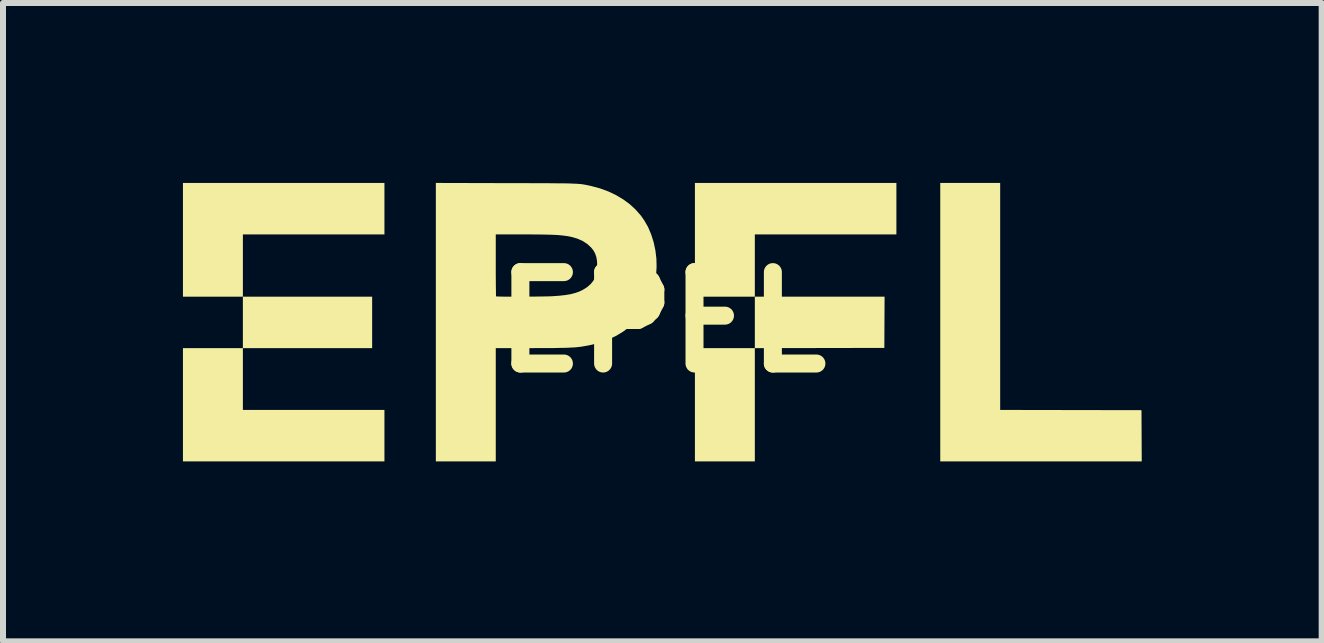
<source format=kicad_pcb>
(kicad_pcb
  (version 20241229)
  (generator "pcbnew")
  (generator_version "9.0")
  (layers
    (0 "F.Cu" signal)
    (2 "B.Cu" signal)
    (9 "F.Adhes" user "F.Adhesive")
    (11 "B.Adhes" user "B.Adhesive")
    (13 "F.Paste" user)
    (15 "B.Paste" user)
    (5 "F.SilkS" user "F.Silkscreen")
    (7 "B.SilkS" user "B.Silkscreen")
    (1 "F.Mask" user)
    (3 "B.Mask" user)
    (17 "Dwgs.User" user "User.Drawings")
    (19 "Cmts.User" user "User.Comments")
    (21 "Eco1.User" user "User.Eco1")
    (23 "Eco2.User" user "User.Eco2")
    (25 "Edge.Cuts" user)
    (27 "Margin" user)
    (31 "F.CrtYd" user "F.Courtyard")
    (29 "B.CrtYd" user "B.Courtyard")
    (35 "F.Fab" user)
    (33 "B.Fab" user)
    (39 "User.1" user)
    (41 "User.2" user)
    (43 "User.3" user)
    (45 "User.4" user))
  (footprint "EPFL"
    (layer "F.Cu")
    (at 7.984 2.321)
    (property "Reference" "EPFL" (at 0 0 0) (layer "F.SilkS") (effects (font (size 1.524 1.524) (thickness 0.3))))
    (attr board_only exclude_from_pos_files exclude_from_bom)
    (fp_poly (pts (xy -4.83 0.433) (xy -6.985 0.433) (xy -6.985 -0.425) (xy -4.83 -0.425)) (stroke (width 0) (type solid)) (fill yes) (layer "F.SilkS"))
    (fp_poly (pts (xy -6.985 1.463) (xy -4.625 1.463) (xy -4.625 2.321) (xy -7.984 2.321) (xy -7.984 0.433) (xy -6.985 0.433)) (stroke (width 0) (type solid)) (fill yes) (layer "F.SilkS"))
    (fp_poly (pts (xy -4.625 -1.463) (xy -6.985 -1.463) (xy -6.985 -0.425) (xy -7.984 -0.425) (xy -7.984 -2.321) (xy -4.625 -2.321)) (stroke (width 0) (type solid)) (fill yes) (layer "F.SilkS"))
    (fp_poly (pts (xy 3.91 -1.463) (xy 1.55 -1.463) (xy 1.55 -0.425) (xy 0.551 -0.425) (xy 0.551 -2.321) (xy 3.91 -2.321)) (stroke (width 0) (type solid)) (fill yes) (layer "F.SilkS"))
    (fp_poly (pts (xy 5.64 1.463) (xy 7.996 1.467) (xy 7.998 1.894) (xy 8 2.321) (xy 4.641 2.321) (xy 4.641 -2.321) (xy 5.64 -2.321)) (stroke (width 0) (type solid)) (fill yes) (layer "F.SilkS"))
    (fp_poly (pts (xy 3.709 0.429) (xy 2.629 0.431) (xy 1.55 0.433) (xy 1.55 2.321) (xy 0.551 2.321) (xy 0.551 0.433) (xy 1.55 0.433) (xy 1.55 -0.425) (xy 3.713 -0.425)) (stroke (width 0) (type solid)) (fill yes) (layer "F.SilkS"))
    (fp_poly (pts (xy -2.606 -2.318) (xy -2.444 -2.318) (xy -2.297 -2.318) (xy -2.164 -2.317) (xy -2.045 -2.317) (xy -1.938 -2.317) (xy -1.842 -2.316) (xy -1.757 -2.315) (xy -1.682 -2.315) (xy -1.616 -2.314) (xy -1.558 -2.313) (xy -1.507 -2.311) (xy -1.463 -2.309) (xy -1.424 -2.308) (xy -1.39 -2.305) (xy -1.36 -2.303) (xy -1.333 -2.3) (xy -1.308 -2.296) (xy -1.285 -2.292) (xy -1.262 -2.288) (xy -1.239 -2.283) (xy -1.215 -2.278) (xy -1.189 -2.272) (xy -1.175 -2.269) (xy -1.03 -2.23) (xy -0.892 -2.179) (xy -0.763 -2.118) (xy -0.643 -2.046) (xy -0.533 -1.965) (xy -0.435 -1.874) (xy -0.349 -1.776) (xy -0.295 -1.699) (xy -0.23 -1.586) (xy -0.178 -1.463) (xy -0.137 -1.333) (xy -0.108 -1.198) (xy -0.091 -1.059) (xy -0.088 -0.918) (xy -0.097 -0.777) (xy -0.119 -0.638) (xy -0.119 -0.637) (xy -0.155 -0.499) (xy -0.201 -0.373) (xy -0.258 -0.256) (xy -0.326 -0.149) (xy -0.406 -0.05) (xy -0.425 -0.029) (xy -0.529 0.069) (xy -0.642 0.155) (xy -0.767 0.23) (xy -0.902 0.293) (xy -1.048 0.344) (xy -1.204 0.384) (xy -1.345 0.409) (xy -1.38 0.413) (xy -1.418 0.417) (xy -1.461 0.421) (xy -1.51 0.423) (xy -1.565 0.426) (xy -1.628 0.428) (xy -1.701 0.429) (xy -1.783 0.431) (xy -1.877 0.432) (xy -1.984 0.432) (xy -2.104 0.432) (xy -2.201 0.433) (xy -2.769 0.433) (xy -2.769 2.321) (xy -3.768 2.321) (xy -3.768 -0.949) (xy -2.769 -0.949) (xy -2.769 -0.861) (xy -2.769 -0.777) (xy -2.768 -0.699) (xy -2.768 -0.628) (xy -2.767 -0.567) (xy -2.766 -0.515) (xy -2.766 -0.474) (xy -2.765 -0.446) (xy -2.764 -0.431) (xy -2.764 -0.43) (xy -2.755 -0.429) (xy -2.732 -0.428) (xy -2.696 -0.427) (xy -2.65 -0.426) (xy -2.594 -0.425) (xy -2.532 -0.425) (xy -2.463 -0.425) (xy -2.39 -0.425) (xy -2.315 -0.425) (xy -2.239 -0.426) (xy -2.164 -0.426) (xy -2.092 -0.427) (xy -2.023 -0.428) (xy -1.961 -0.429) (xy -1.905 -0.43) (xy -1.86 -0.431) (xy -1.824 -0.433) (xy -1.821 -0.433) (xy -1.709 -0.441) (xy -1.611 -0.452) (xy -1.525 -0.466) (xy -1.45 -0.485) (xy -1.383 -0.508) (xy -1.323 -0.536) (xy -1.268 -0.569) (xy -1.245 -0.585) (xy -1.186 -0.636) (xy -1.141 -0.693) (xy -1.108 -0.757) (xy -1.088 -0.83) (xy -1.078 -0.913) (xy -1.078 -0.944) (xy -1.081 -1.021) (xy -1.093 -1.088) (xy -1.113 -1.146) (xy -1.142 -1.198) (xy -1.181 -1.246) (xy -1.245 -1.305) (xy -1.32 -1.353) (xy -1.407 -1.392) (xy -1.487 -1.416) (xy -1.525 -1.425) (xy -1.565 -1.433) (xy -1.607 -1.439) (xy -1.653 -1.445) (xy -1.703 -1.45) (xy -1.76 -1.454) (xy -1.825 -1.457) (xy -1.898 -1.459) (xy -1.982 -1.461) (xy -2.078 -1.462) (xy -2.186 -1.463) (xy -2.309 -1.463) (xy -2.318 -1.463) (xy -2.769 -1.463) (xy -2.769 -0.949) (xy -3.768 -0.949) (xy -3.768 -2.321)) (stroke (width 0) (type solid)) (fill yes) (layer "F.SilkS")))
  (gr_rect
    (start -3 -3)
    (end 18.984 7.642)
    (stroke (width 0.1) (type default))
    (fill no)
    (layer "Edge.Cuts")))
</source>
